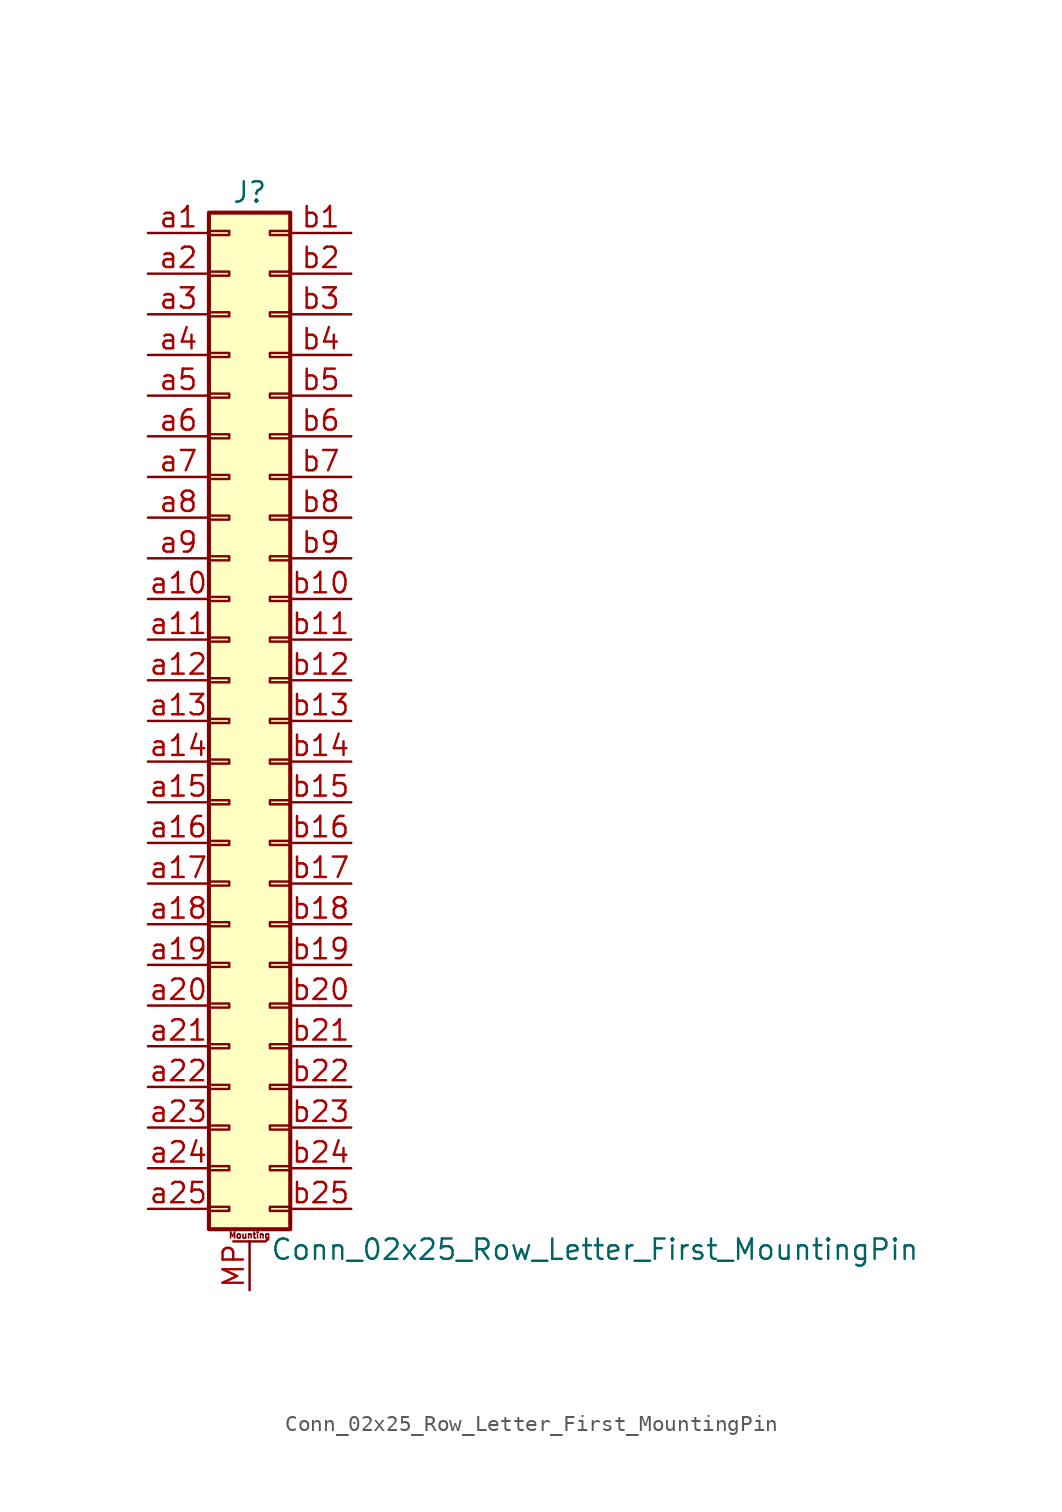
<source format=kicad_sym>
(kicad_symbol_lib
  (version 20211014)
  (generator kicad_symbol_editor)
  (symbol "Conn_02x25_Row_Letter_First_MountingPin"
    (pin_names
      (offset 1.016) hide)
    (property "Reference" "J"
      (at 1.27 33.02 0)
      (effects (font (size 1.27 1.27))))
    (property "Value" "Conn_02x25_Row_Letter_First_MountingPin"
      (at 2.54 -33.02 0)
      (effects (font (size 1.27 1.27)) (justify left)))
    (symbol "Conn_02x25_Row_Letter_First_MountingPin_1_1"
      (rectangle (start -1.27 -30.353) (end 0 -30.607) (stroke (width 0.152) (type default) (color 0 0 0 0)) (fill (type none)))
      (rectangle (start -1.27 -27.813) (end 0 -28.067) (stroke (width 0.152) (type default) (color 0 0 0 0)) (fill (type none)))
      (rectangle (start -1.27 -25.273) (end 0 -25.527) (stroke (width 0.152) (type default) (color 0 0 0 0)) (fill (type none)))
      (rectangle (start -1.27 -22.733) (end 0 -22.987) (stroke (width 0.152) (type default) (color 0 0 0 0)) (fill (type none)))
      (rectangle (start -1.27 -20.193) (end 0 -20.447) (stroke (width 0.152) (type default) (color 0 0 0 0)) (fill (type none)))
      (rectangle (start -1.27 -17.653) (end 0 -17.907) (stroke (width 0.152) (type default) (color 0 0 0 0)) (fill (type none)))
      (rectangle (start -1.27 -15.113) (end 0 -15.367) (stroke (width 0.152) (type default) (color 0 0 0 0)) (fill (type none)))
      (rectangle (start -1.27 -12.573) (end 0 -12.827) (stroke (width 0.152) (type default) (color 0 0 0 0)) (fill (type none)))
      (rectangle (start -1.27 -10.033) (end 0 -10.287) (stroke (width 0.152) (type default) (color 0 0 0 0)) (fill (type none)))
      (rectangle (start -1.27 -7.493) (end 0 -7.747) (stroke (width 0.152) (type default) (color 0 0 0 0)) (fill (type none)))
      (rectangle (start -1.27 -4.953) (end 0 -5.207) (stroke (width 0.152) (type default) (color 0 0 0 0)) (fill (type none)))
      (rectangle (start -1.27 -2.413) (end 0 -2.667) (stroke (width 0.152) (type default) (color 0 0 0 0)) (fill (type none)))
      (rectangle (start -1.27 0.127) (end 0 -0.127) (stroke (width 0.152) (type default) (color 0 0 0 0)) (fill (type none)))
      (rectangle (start -1.27 2.667) (end 0 2.413) (stroke (width 0.152) (type default) (color 0 0 0 0)) (fill (type none)))
      (rectangle (start -1.27 5.207) (end 0 4.953) (stroke (width 0.152) (type default) (color 0 0 0 0)) (fill (type none)))
      (rectangle (start -1.27 7.747) (end 0 7.493) (stroke (width 0.152) (type default) (color 0 0 0 0)) (fill (type none)))
      (rectangle (start -1.27 10.287) (end 0 10.033) (stroke (width 0.152) (type default) (color 0 0 0 0)) (fill (type none)))
      (rectangle (start -1.27 12.827) (end 0 12.573) (stroke (width 0.152) (type default) (color 0 0 0 0)) (fill (type none)))
      (rectangle (start -1.27 15.367) (end 0 15.113) (stroke (width 0.152) (type default) (color 0 0 0 0)) (fill (type none)))
      (rectangle (start -1.27 17.907) (end 0 17.653) (stroke (width 0.152) (type default) (color 0 0 0 0)) (fill (type none)))
      (rectangle (start -1.27 20.447) (end 0 20.193) (stroke (width 0.152) (type default) (color 0 0 0 0)) (fill (type none)))
      (rectangle (start -1.27 22.987) (end 0 22.733) (stroke (width 0.152) (type default) (color 0 0 0 0)) (fill (type none)))
      (rectangle (start -1.27 25.527) (end 0 25.273) (stroke (width 0.152) (type default) (color 0 0 0 0)) (fill (type none)))
      (rectangle (start -1.27 28.067) (end 0 27.813) (stroke (width 0.152) (type default) (color 0 0 0 0)) (fill (type none)))
      (rectangle (start -1.27 30.607) (end 0 30.353) (stroke (width 0.152) (type default) (color 0 0 0 0)) (fill (type none)))
      (rectangle (start -1.27 31.75) (end 3.81 -31.75) (stroke (width 0.254) (type default) (color 0 0 0 0)) (fill (type background)))
      (polyline (pts (xy 0.254 -32.512) (xy 2.286 -32.512)) (stroke (width 0.152) (type default) (color 0 0 0 0)) (fill (type none)))
      (rectangle (start 3.81 -30.353) (end 2.54 -30.607) (stroke (width 0.152) (type default) (color 0 0 0 0)) (fill (type none)))
      (rectangle (start 3.81 -27.813) (end 2.54 -28.067) (stroke (width 0.152) (type default) (color 0 0 0 0)) (fill (type none)))
      (rectangle (start 3.81 -25.273) (end 2.54 -25.527) (stroke (width 0.152) (type default) (color 0 0 0 0)) (fill (type none)))
      (rectangle (start 3.81 -22.733) (end 2.54 -22.987) (stroke (width 0.152) (type default) (color 0 0 0 0)) (fill (type none)))
      (rectangle (start 3.81 -20.193) (end 2.54 -20.447) (stroke (width 0.152) (type default) (color 0 0 0 0)) (fill (type none)))
      (rectangle (start 3.81 -17.653) (end 2.54 -17.907) (stroke (width 0.152) (type default) (color 0 0 0 0)) (fill (type none)))
      (rectangle (start 3.81 -15.113) (end 2.54 -15.367) (stroke (width 0.152) (type default) (color 0 0 0 0)) (fill (type none)))
      (rectangle (start 3.81 -12.573) (end 2.54 -12.827) (stroke (width 0.152) (type default) (color 0 0 0 0)) (fill (type none)))
      (rectangle (start 3.81 -10.033) (end 2.54 -10.287) (stroke (width 0.152) (type default) (color 0 0 0 0)) (fill (type none)))
      (rectangle (start 3.81 -7.493) (end 2.54 -7.747) (stroke (width 0.152) (type default) (color 0 0 0 0)) (fill (type none)))
      (rectangle (start 3.81 -4.953) (end 2.54 -5.207) (stroke (width 0.152) (type default) (color 0 0 0 0)) (fill (type none)))
      (rectangle (start 3.81 -2.413) (end 2.54 -2.667) (stroke (width 0.152) (type default) (color 0 0 0 0)) (fill (type none)))
      (rectangle (start 3.81 0.127) (end 2.54 -0.127) (stroke (width 0.152) (type default) (color 0 0 0 0)) (fill (type none)))
      (rectangle (start 3.81 2.667) (end 2.54 2.413) (stroke (width 0.152) (type default) (color 0 0 0 0)) (fill (type none)))
      (rectangle (start 3.81 5.207) (end 2.54 4.953) (stroke (width 0.152) (type default) (color 0 0 0 0)) (fill (type none)))
      (rectangle (start 3.81 7.747) (end 2.54 7.493) (stroke (width 0.152) (type default) (color 0 0 0 0)) (fill (type none)))
      (rectangle (start 3.81 10.287) (end 2.54 10.033) (stroke (width 0.152) (type default) (color 0 0 0 0)) (fill (type none)))
      (rectangle (start 3.81 12.827) (end 2.54 12.573) (stroke (width 0.152) (type default) (color 0 0 0 0)) (fill (type none)))
      (rectangle (start 3.81 15.367) (end 2.54 15.113) (stroke (width 0.152) (type default) (color 0 0 0 0)) (fill (type none)))
      (rectangle (start 3.81 17.907) (end 2.54 17.653) (stroke (width 0.152) (type default) (color 0 0 0 0)) (fill (type none)))
      (rectangle (start 3.81 20.447) (end 2.54 20.193) (stroke (width 0.152) (type default) (color 0 0 0 0)) (fill (type none)))
      (rectangle (start 3.81 22.987) (end 2.54 22.733) (stroke (width 0.152) (type default) (color 0 0 0 0)) (fill (type none)))
      (rectangle (start 3.81 25.527) (end 2.54 25.273) (stroke (width 0.152) (type default) (color 0 0 0 0)) (fill (type none)))
      (rectangle (start 3.81 28.067) (end 2.54 27.813) (stroke (width 0.152) (type default) (color 0 0 0 0)) (fill (type none)))
      (rectangle (start 3.81 30.607) (end 2.54 30.353) (stroke (width 0.152) (type default) (color 0 0 0 0)) (fill (type none)))
      (text "Mounting" (at 1.27 -32.131 0) (effects (font (size 0.381 0.381))))
      (pin passive line (at 1.27 -35.56 90) (length 3.048) (name "MountPin" (effects (font (size 1.27 1.27)))) (number "MP" (effects (font (size 1.27 1.27)))))
      (pin passive line (at -5.08 30.48 0) (length 3.81) (name "Pin_a1" (effects (font (size 1.27 1.27)))) (number "a1" (effects (font (size 1.27 1.27)))))
      (pin passive line (at -5.08 7.62 0) (length 3.81) (name "Pin_a10" (effects (font (size 1.27 1.27)))) (number "a10" (effects (font (size 1.27 1.27)))))
      (pin passive line (at -5.08 5.08 0) (length 3.81) (name "Pin_a11" (effects (font (size 1.27 1.27)))) (number "a11" (effects (font (size 1.27 1.27)))))
      (pin passive line (at -5.08 2.54 0) (length 3.81) (name "Pin_a12" (effects (font (size 1.27 1.27)))) (number "a12" (effects (font (size 1.27 1.27)))))
      (pin passive line (at -5.08 0 0) (length 3.81) (name "Pin_a13" (effects (font (size 1.27 1.27)))) (number "a13" (effects (font (size 1.27 1.27)))))
      (pin passive line (at -5.08 -2.54 0) (length 3.81) (name "Pin_a14" (effects (font (size 1.27 1.27)))) (number "a14" (effects (font (size 1.27 1.27)))))
      (pin passive line (at -5.08 -5.08 0) (length 3.81) (name "Pin_a15" (effects (font (size 1.27 1.27)))) (number "a15" (effects (font (size 1.27 1.27)))))
      (pin passive line (at -5.08 -7.62 0) (length 3.81) (name "Pin_a16" (effects (font (size 1.27 1.27)))) (number "a16" (effects (font (size 1.27 1.27)))))
      (pin passive line (at -5.08 -10.16 0) (length 3.81) (name "Pin_a17" (effects (font (size 1.27 1.27)))) (number "a17" (effects (font (size 1.27 1.27)))))
      (pin passive line (at -5.08 -12.7 0) (length 3.81) (name "Pin_a18" (effects (font (size 1.27 1.27)))) (number "a18" (effects (font (size 1.27 1.27)))))
      (pin passive line (at -5.08 -15.24 0) (length 3.81) (name "Pin_a19" (effects (font (size 1.27 1.27)))) (number "a19" (effects (font (size 1.27 1.27)))))
      (pin passive line (at -5.08 27.94 0) (length 3.81) (name "Pin_a2" (effects (font (size 1.27 1.27)))) (number "a2" (effects (font (size 1.27 1.27)))))
      (pin passive line (at -5.08 -17.78 0) (length 3.81) (name "Pin_a20" (effects (font (size 1.27 1.27)))) (number "a20" (effects (font (size 1.27 1.27)))))
      (pin passive line (at -5.08 -20.32 0) (length 3.81) (name "Pin_a21" (effects (font (size 1.27 1.27)))) (number "a21" (effects (font (size 1.27 1.27)))))
      (pin passive line (at -5.08 -22.86 0) (length 3.81) (name "Pin_a22" (effects (font (size 1.27 1.27)))) (number "a22" (effects (font (size 1.27 1.27)))))
      (pin passive line (at -5.08 -25.4 0) (length 3.81) (name "Pin_a23" (effects (font (size 1.27 1.27)))) (number "a23" (effects (font (size 1.27 1.27)))))
      (pin passive line (at -5.08 -27.94 0) (length 3.81) (name "Pin_a24" (effects (font (size 1.27 1.27)))) (number "a24" (effects (font (size 1.27 1.27)))))
      (pin passive line (at -5.08 -30.48 0) (length 3.81) (name "Pin_a25" (effects (font (size 1.27 1.27)))) (number "a25" (effects (font (size 1.27 1.27)))))
      (pin passive line (at -5.08 25.4 0) (length 3.81) (name "Pin_a3" (effects (font (size 1.27 1.27)))) (number "a3" (effects (font (size 1.27 1.27)))))
      (pin passive line (at -5.08 22.86 0) (length 3.81) (name "Pin_a4" (effects (font (size 1.27 1.27)))) (number "a4" (effects (font (size 1.27 1.27)))))
      (pin passive line (at -5.08 20.32 0) (length 3.81) (name "Pin_a5" (effects (font (size 1.27 1.27)))) (number "a5" (effects (font (size 1.27 1.27)))))
      (pin passive line (at -5.08 17.78 0) (length 3.81) (name "Pin_a6" (effects (font (size 1.27 1.27)))) (number "a6" (effects (font (size 1.27 1.27)))))
      (pin passive line (at -5.08 15.24 0) (length 3.81) (name "Pin_a7" (effects (font (size 1.27 1.27)))) (number "a7" (effects (font (size 1.27 1.27)))))
      (pin passive line (at -5.08 12.7 0) (length 3.81) (name "Pin_a8" (effects (font (size 1.27 1.27)))) (number "a8" (effects (font (size 1.27 1.27)))))
      (pin passive line (at -5.08 10.16 0) (length 3.81) (name "Pin_a9" (effects (font (size 1.27 1.27)))) (number "a9" (effects (font (size 1.27 1.27)))))
      (pin passive line (at 7.62 30.48 180) (length 3.81) (name "Pin_b1" (effects (font (size 1.27 1.27)))) (number "b1" (effects (font (size 1.27 1.27)))))
      (pin passive line (at 7.62 7.62 180) (length 3.81) (name "Pin_b10" (effects (font (size 1.27 1.27)))) (number "b10" (effects (font (size 1.27 1.27)))))
      (pin passive line (at 7.62 5.08 180) (length 3.81) (name "Pin_b11" (effects (font (size 1.27 1.27)))) (number "b11" (effects (font (size 1.27 1.27)))))
      (pin passive line (at 7.62 2.54 180) (length 3.81) (name "Pin_b12" (effects (font (size 1.27 1.27)))) (number "b12" (effects (font (size 1.27 1.27)))))
      (pin passive line (at 7.62 0 180) (length 3.81) (name "Pin_b13" (effects (font (size 1.27 1.27)))) (number "b13" (effects (font (size 1.27 1.27)))))
      (pin passive line (at 7.62 -2.54 180) (length 3.81) (name "Pin_b14" (effects (font (size 1.27 1.27)))) (number "b14" (effects (font (size 1.27 1.27)))))
      (pin passive line (at 7.62 -5.08 180) (length 3.81) (name "Pin_b15" (effects (font (size 1.27 1.27)))) (number "b15" (effects (font (size 1.27 1.27)))))
      (pin passive line (at 7.62 -7.62 180) (length 3.81) (name "Pin_b16" (effects (font (size 1.27 1.27)))) (number "b16" (effects (font (size 1.27 1.27)))))
      (pin passive line (at 7.62 -10.16 180) (length 3.81) (name "Pin_b17" (effects (font (size 1.27 1.27)))) (number "b17" (effects (font (size 1.27 1.27)))))
      (pin passive line (at 7.62 -12.7 180) (length 3.81) (name "Pin_b18" (effects (font (size 1.27 1.27)))) (number "b18" (effects (font (size 1.27 1.27)))))
      (pin passive line (at 7.62 -15.24 180) (length 3.81) (name "Pin_b19" (effects (font (size 1.27 1.27)))) (number "b19" (effects (font (size 1.27 1.27)))))
      (pin passive line (at 7.62 27.94 180) (length 3.81) (name "Pin_b2" (effects (font (size 1.27 1.27)))) (number "b2" (effects (font (size 1.27 1.27)))))
      (pin passive line (at 7.62 -17.78 180) (length 3.81) (name "Pin_b20" (effects (font (size 1.27 1.27)))) (number "b20" (effects (font (size 1.27 1.27)))))
      (pin passive line (at 7.62 -20.32 180) (length 3.81) (name "Pin_b21" (effects (font (size 1.27 1.27)))) (number "b21" (effects (font (size 1.27 1.27)))))
      (pin passive line (at 7.62 -22.86 180) (length 3.81) (name "Pin_b22" (effects (font (size 1.27 1.27)))) (number "b22" (effects (font (size 1.27 1.27)))))
      (pin passive line (at 7.62 -25.4 180) (length 3.81) (name "Pin_b23" (effects (font (size 1.27 1.27)))) (number "b23" (effects (font (size 1.27 1.27)))))
      (pin passive line (at 7.62 -27.94 180) (length 3.81) (name "Pin_b24" (effects (font (size 1.27 1.27)))) (number "b24" (effects (font (size 1.27 1.27)))))
      (pin passive line (at 7.62 -30.48 180) (length 3.81) (name "Pin_b25" (effects (font (size 1.27 1.27)))) (number "b25" (effects (font (size 1.27 1.27)))))
      (pin passive line (at 7.62 25.4 180) (length 3.81) (name "Pin_b3" (effects (font (size 1.27 1.27)))) (number "b3" (effects (font (size 1.27 1.27)))))
      (pin passive line (at 7.62 22.86 180) (length 3.81) (name "Pin_b4" (effects (font (size 1.27 1.27)))) (number "b4" (effects (font (size 1.27 1.27)))))
      (pin passive line (at 7.62 20.32 180) (length 3.81) (name "Pin_b5" (effects (font (size 1.27 1.27)))) (number "b5" (effects (font (size 1.27 1.27)))))
      (pin passive line (at 7.62 17.78 180) (length 3.81) (name "Pin_b6" (effects (font (size 1.27 1.27)))) (number "b6" (effects (font (size 1.27 1.27)))))
      (pin passive line (at 7.62 15.24 180) (length 3.81) (name "Pin_b7" (effects (font (size 1.27 1.27)))) (number "b7" (effects (font (size 1.27 1.27)))))
      (pin passive line (at 7.62 12.7 180) (length 3.81) (name "Pin_b8" (effects (font (size 1.27 1.27)))) (number "b8" (effects (font (size 1.27 1.27)))))
      (pin passive line (at 7.62 10.16 180) (length 3.81) (name "Pin_b9" (effects (font (size 1.27 1.27)))) (number "b9" (effects (font (size 1.27 1.27))))))))
</source>
